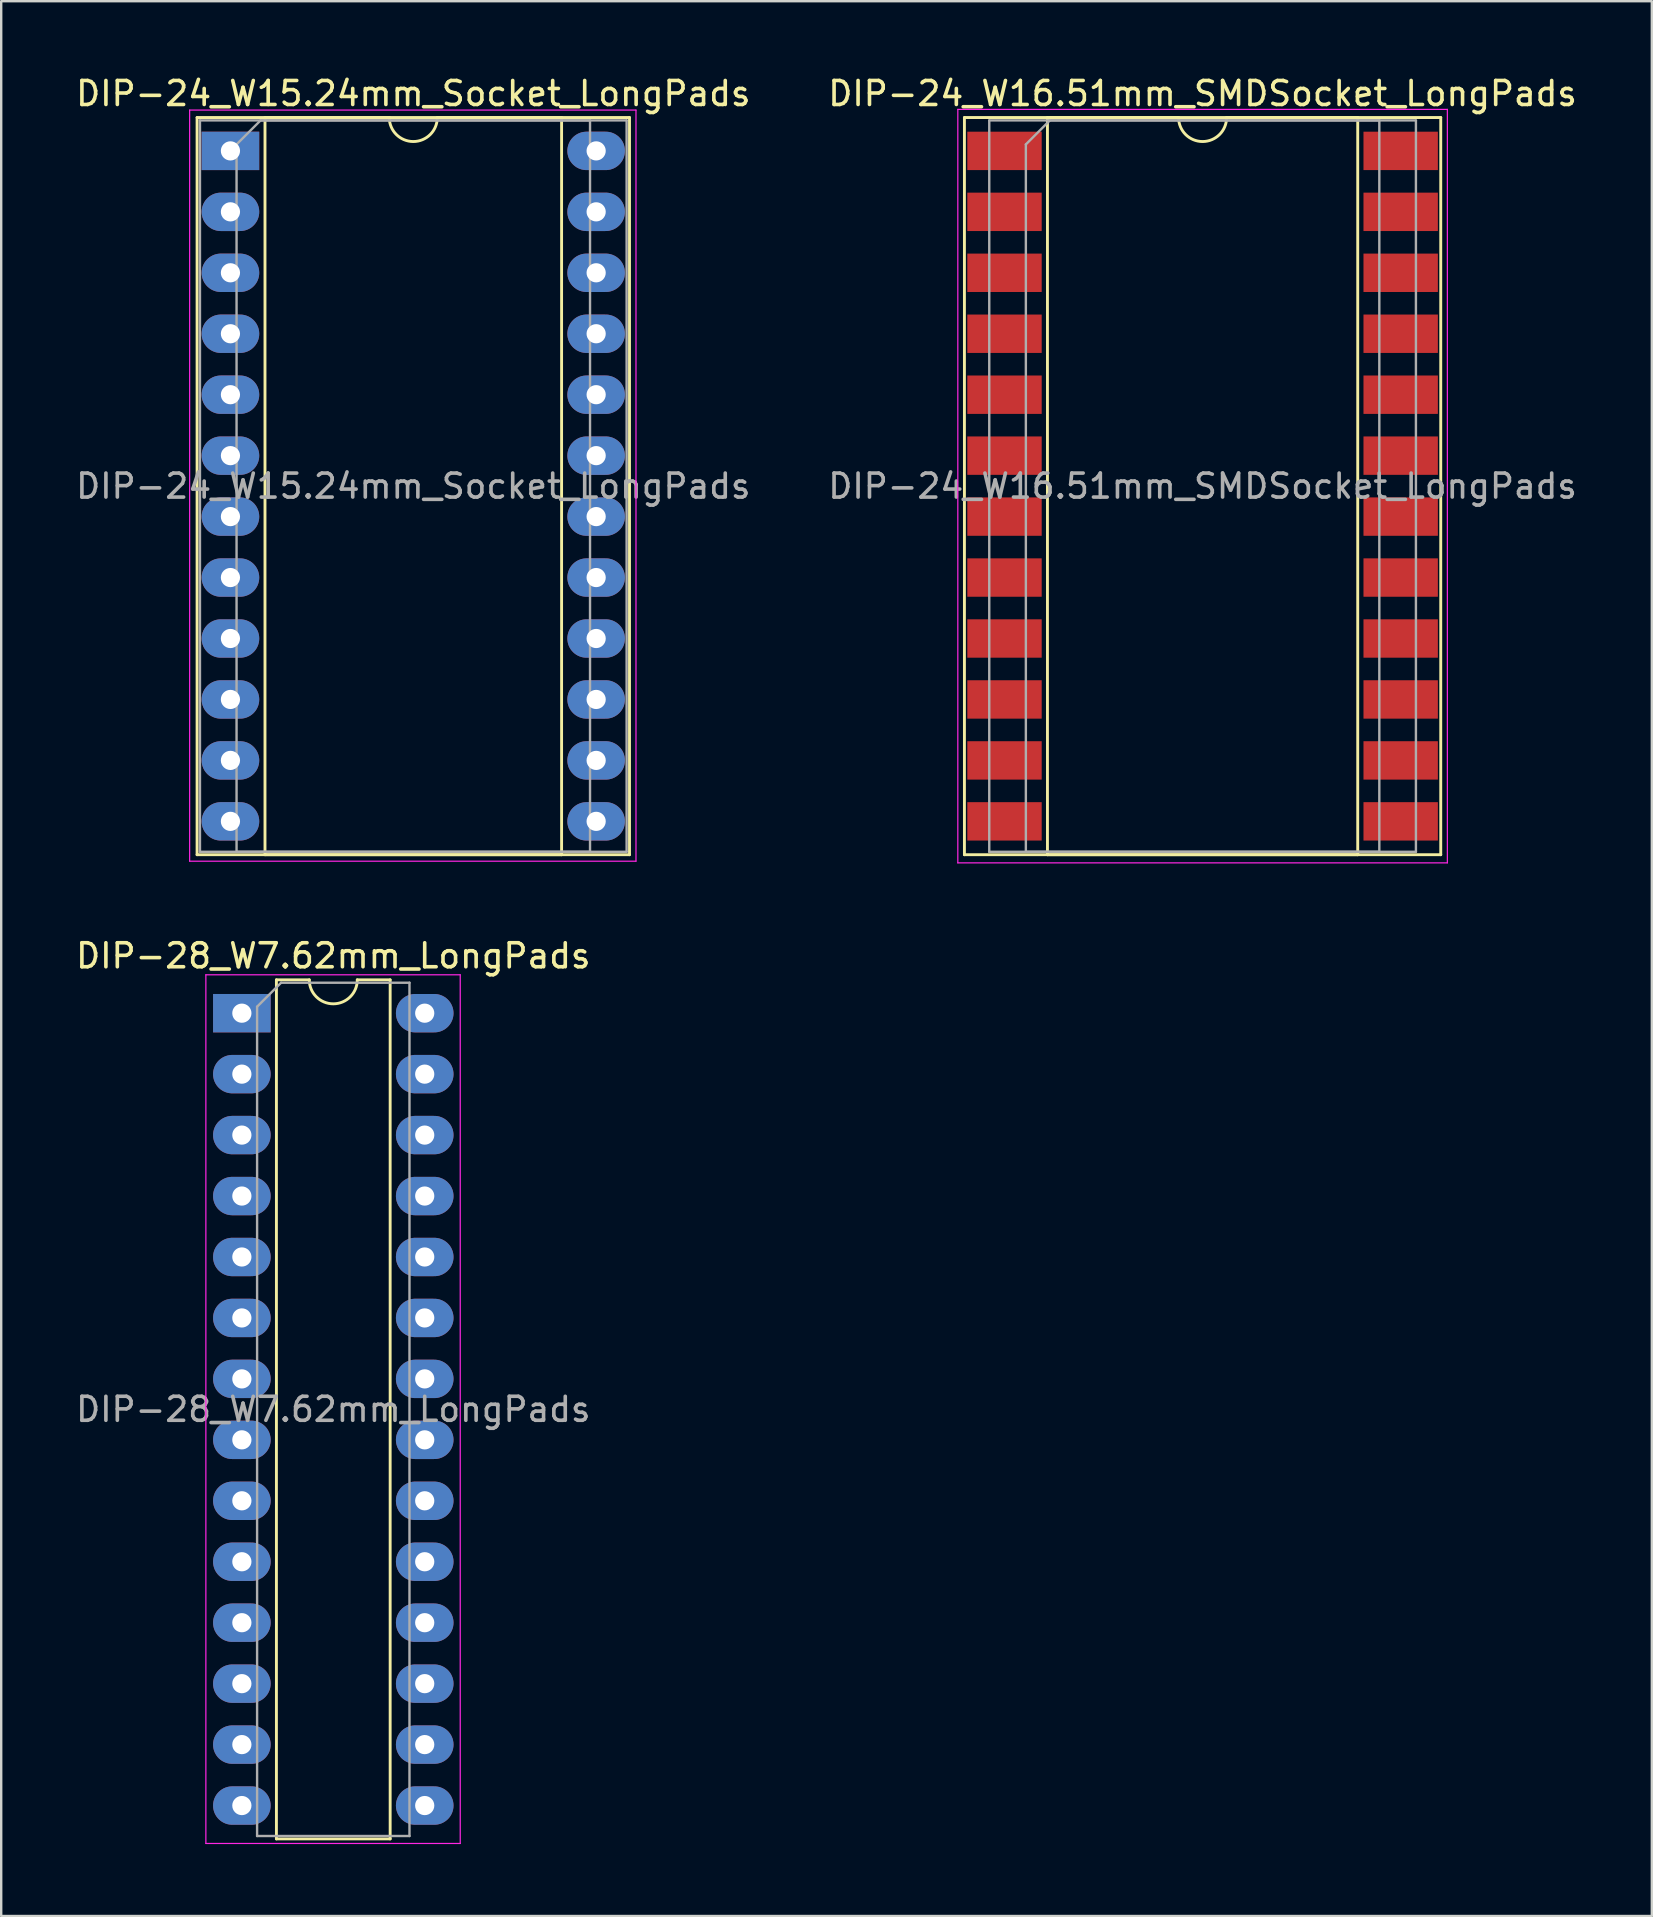
<source format=kicad_pcb>
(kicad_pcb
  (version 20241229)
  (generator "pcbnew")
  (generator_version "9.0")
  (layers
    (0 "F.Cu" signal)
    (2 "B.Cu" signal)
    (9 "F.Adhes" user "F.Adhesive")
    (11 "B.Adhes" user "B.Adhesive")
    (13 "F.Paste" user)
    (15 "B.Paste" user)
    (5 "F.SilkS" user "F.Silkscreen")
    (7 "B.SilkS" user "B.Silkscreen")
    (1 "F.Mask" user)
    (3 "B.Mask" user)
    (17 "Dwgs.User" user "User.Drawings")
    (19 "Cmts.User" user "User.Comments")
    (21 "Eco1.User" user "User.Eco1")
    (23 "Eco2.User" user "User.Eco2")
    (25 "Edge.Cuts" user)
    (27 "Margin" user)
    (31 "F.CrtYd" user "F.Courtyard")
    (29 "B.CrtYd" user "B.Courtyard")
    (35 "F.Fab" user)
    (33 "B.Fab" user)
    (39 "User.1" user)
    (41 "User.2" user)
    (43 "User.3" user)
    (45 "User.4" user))
  (footprint "DIP-28_W7.62mm_LongPads"
    (layer "F.Cu")
    (at 7.029 39.172)
    (property "Reference" "DIP-28_W7.62mm_LongPads" (at 3.81 -2.39 0) (layer "F.SilkS") (effects (font (size 1 1) (thickness 0.15))))
    (attr through_hole)
    (fp_line (start 1.44 -1.39) (end 1.44 34.41) (stroke (width 0.12) (type solid)) (layer "F.SilkS"))
    (fp_line (start 1.44 34.41) (end 6.18 34.41) (stroke (width 0.12) (type solid)) (layer "F.SilkS"))
    (fp_line (start 2.81 -1.39) (end 1.44 -1.39) (stroke (width 0.12) (type solid)) (layer "F.SilkS"))
    (fp_line (start 6.18 -1.39) (end 4.81 -1.39) (stroke (width 0.12) (type solid)) (layer "F.SilkS"))
    (fp_line (start 6.18 34.41) (end 6.18 -1.39) (stroke (width 0.12) (type solid)) (layer "F.SilkS"))
    (fp_arc (start 4.81 -1.39) (mid 3.81 -0.39) (end 2.81 -1.39) (stroke (width 0.12) (type solid)) (layer "F.SilkS"))
    (fp_line (start -1.5 -1.6) (end -1.5 34.6) (stroke (width 0.05) (type solid)) (layer "F.CrtYd"))
    (fp_line (start -1.5 34.6) (end 9.1 34.6) (stroke (width 0.05) (type solid)) (layer "F.CrtYd"))
    (fp_line (start 9.1 -1.6) (end -1.5 -1.6) (stroke (width 0.05) (type solid)) (layer "F.CrtYd"))
    (fp_line (start 9.1 34.6) (end 9.1 -1.6) (stroke (width 0.05) (type solid)) (layer "F.CrtYd"))
    (fp_line (start 0.635 -0.27) (end 1.635 -1.27) (stroke (width 0.1) (type solid)) (layer "F.Fab"))
    (fp_line (start 0.635 34.29) (end 0.635 -0.27) (stroke (width 0.1) (type solid)) (layer "F.Fab"))
    (fp_line (start 1.635 -1.27) (end 6.985 -1.27) (stroke (width 0.1) (type solid)) (layer "F.Fab"))
    (fp_line (start 6.985 -1.27) (end 6.985 34.29) (stroke (width 0.1) (type solid)) (layer "F.Fab"))
    (fp_line (start 6.985 34.29) (end 0.635 34.29) (stroke (width 0.1) (type solid)) (layer "F.Fab"))
    (fp_text user "${REFERENCE}" (at 3.81 16.51 0) (layer "F.Fab") (effects (font (size 1 1) (thickness 0.15))))
    (pad "1" thru_hole rect (at 0 0) (size 2.4 1.6) (drill 0.8) (layers "*.Cu" "*.Mask"))
    (pad "2" thru_hole oval (at 0 2.54) (size 2.4 1.6) (drill 0.8) (layers "*.Cu" "*.Mask"))
    (pad "3" thru_hole oval (at 0 5.08) (size 2.4 1.6) (drill 0.8) (layers "*.Cu" "*.Mask"))
    (pad "4" thru_hole oval (at 0 7.62) (size 2.4 1.6) (drill 0.8) (layers "*.Cu" "*.Mask"))
    (pad "5" thru_hole oval (at 0 10.16) (size 2.4 1.6) (drill 0.8) (layers "*.Cu" "*.Mask"))
    (pad "6" thru_hole oval (at 0 12.7) (size 2.4 1.6) (drill 0.8) (layers "*.Cu" "*.Mask"))
    (pad "7" thru_hole oval (at 0 15.24) (size 2.4 1.6) (drill 0.8) (layers "*.Cu" "*.Mask"))
    (pad "8" thru_hole oval (at 0 17.78) (size 2.4 1.6) (drill 0.8) (layers "*.Cu" "*.Mask"))
    (pad "9" thru_hole oval (at 0 20.32) (size 2.4 1.6) (drill 0.8) (layers "*.Cu" "*.Mask"))
    (pad "10" thru_hole oval (at 0 22.86) (size 2.4 1.6) (drill 0.8) (layers "*.Cu" "*.Mask"))
    (pad "11" thru_hole oval (at 0 25.4) (size 2.4 1.6) (drill 0.8) (layers "*.Cu" "*.Mask"))
    (pad "12" thru_hole oval (at 0 27.94) (size 2.4 1.6) (drill 0.8) (layers "*.Cu" "*.Mask"))
    (pad "13" thru_hole oval (at 0 30.48) (size 2.4 1.6) (drill 0.8) (layers "*.Cu" "*.Mask"))
    (pad "14" thru_hole oval (at 0 33.02) (size 2.4 1.6) (drill 0.8) (layers "*.Cu" "*.Mask"))
    (pad "15" thru_hole oval (at 7.62 33.02) (size 2.4 1.6) (drill 0.8) (layers "*.Cu" "*.Mask"))
    (pad "16" thru_hole oval (at 7.62 30.48) (size 2.4 1.6) (drill 0.8) (layers "*.Cu" "*.Mask"))
    (pad "17" thru_hole oval (at 7.62 27.94) (size 2.4 1.6) (drill 0.8) (layers "*.Cu" "*.Mask"))
    (pad "18" thru_hole oval (at 7.62 25.4) (size 2.4 1.6) (drill 0.8) (layers "*.Cu" "*.Mask"))
    (pad "19" thru_hole oval (at 7.62 22.86) (size 2.4 1.6) (drill 0.8) (layers "*.Cu" "*.Mask"))
    (pad "20" thru_hole oval (at 7.62 20.32) (size 2.4 1.6) (drill 0.8) (layers "*.Cu" "*.Mask"))
    (pad "21" thru_hole oval (at 7.62 17.78) (size 2.4 1.6) (drill 0.8) (layers "*.Cu" "*.Mask"))
    (pad "22" thru_hole oval (at 7.62 15.24) (size 2.4 1.6) (drill 0.8) (layers "*.Cu" "*.Mask"))
    (pad "23" thru_hole oval (at 7.62 12.7) (size 2.4 1.6) (drill 0.8) (layers "*.Cu" "*.Mask"))
    (pad "24" thru_hole oval (at 7.62 10.16) (size 2.4 1.6) (drill 0.8) (layers "*.Cu" "*.Mask"))
    (pad "25" thru_hole oval (at 7.62 7.62) (size 2.4 1.6) (drill 0.8) (layers "*.Cu" "*.Mask"))
    (pad "26" thru_hole oval (at 7.62 5.08) (size 2.4 1.6) (drill 0.8) (layers "*.Cu" "*.Mask"))
    (pad "27" thru_hole oval (at 7.62 2.54) (size 2.4 1.6) (drill 0.8) (layers "*.Cu" "*.Mask"))
    (pad "28" thru_hole oval (at 7.62 0) (size 2.4 1.6) (drill 0.8) (layers "*.Cu" "*.Mask")))
  (footprint "DIP-24_W15.24mm_Socket_LongPads"
    (layer "F.Cu")
    (at 6.553 3.238)
    (property "Reference" "DIP-24_W15.24mm_Socket_LongPads" (at 7.62 -2.39 0) (layer "F.SilkS") (effects (font (size 1 1) (thickness 0.15))))
    (attr through_hole)
    (fp_line (start -1.39 -1.39) (end -1.39 29.33) (stroke (width 0.12) (type solid)) (layer "F.SilkS"))
    (fp_line (start -1.39 29.33) (end 16.63 29.33) (stroke (width 0.12) (type solid)) (layer "F.SilkS"))
    (fp_line (start 1.44 -1.39) (end 1.44 29.33) (stroke (width 0.12) (type solid)) (layer "F.SilkS"))
    (fp_line (start 1.44 29.33) (end 13.8 29.33) (stroke (width 0.12) (type solid)) (layer "F.SilkS"))
    (fp_line (start 6.62 -1.39) (end 1.44 -1.39) (stroke (width 0.12) (type solid)) (layer "F.SilkS"))
    (fp_line (start 13.8 -1.39) (end 8.62 -1.39) (stroke (width 0.12) (type solid)) (layer "F.SilkS"))
    (fp_line (start 13.8 29.33) (end 13.8 -1.39) (stroke (width 0.12) (type solid)) (layer "F.SilkS"))
    (fp_line (start 16.63 -1.39) (end -1.39 -1.39) (stroke (width 0.12) (type solid)) (layer "F.SilkS"))
    (fp_line (start 16.63 29.33) (end 16.63 -1.39) (stroke (width 0.12) (type solid)) (layer "F.SilkS"))
    (fp_arc (start 8.62 -1.39) (mid 7.62 -0.39) (end 6.62 -1.39) (stroke (width 0.12) (type solid)) (layer "F.SilkS"))
    (fp_line (start -1.7 -1.7) (end -1.7 29.6) (stroke (width 0.05) (type solid)) (layer "F.CrtYd"))
    (fp_line (start -1.7 29.6) (end 16.9 29.6) (stroke (width 0.05) (type solid)) (layer "F.CrtYd"))
    (fp_line (start 16.9 -1.7) (end -1.7 -1.7) (stroke (width 0.05) (type solid)) (layer "F.CrtYd"))
    (fp_line (start 16.9 29.6) (end 16.9 -1.7) (stroke (width 0.05) (type solid)) (layer "F.CrtYd"))
    (fp_line (start -1.27 -1.27) (end -1.27 29.21) (stroke (width 0.1) (type solid)) (layer "F.Fab"))
    (fp_line (start -1.27 29.21) (end 16.51 29.21) (stroke (width 0.1) (type solid)) (layer "F.Fab"))
    (fp_line (start 0.255 -0.27) (end 1.255 -1.27) (stroke (width 0.1) (type solid)) (layer "F.Fab"))
    (fp_line (start 0.255 29.21) (end 0.255 -0.27) (stroke (width 0.1) (type solid)) (layer "F.Fab"))
    (fp_line (start 1.255 -1.27) (end 14.985 -1.27) (stroke (width 0.1) (type solid)) (layer "F.Fab"))
    (fp_line (start 14.985 -1.27) (end 14.985 29.21) (stroke (width 0.1) (type solid)) (layer "F.Fab"))
    (fp_line (start 14.985 29.21) (end 0.255 29.21) (stroke (width 0.1) (type solid)) (layer "F.Fab"))
    (fp_line (start 16.51 -1.27) (end -1.27 -1.27) (stroke (width 0.1) (type solid)) (layer "F.Fab"))
    (fp_line (start 16.51 29.21) (end 16.51 -1.27) (stroke (width 0.1) (type solid)) (layer "F.Fab"))
    (fp_text user "${REFERENCE}" (at 7.62 13.97 0) (layer "F.Fab") (effects (font (size 1 1) (thickness 0.15))))
    (pad "1" thru_hole rect (at 0 0) (size 2.4 1.6) (drill 0.8) (layers "*.Cu" "*.Mask"))
    (pad "2" thru_hole oval (at 0 2.54) (size 2.4 1.6) (drill 0.8) (layers "*.Cu" "*.Mask"))
    (pad "3" thru_hole oval (at 0 5.08) (size 2.4 1.6) (drill 0.8) (layers "*.Cu" "*.Mask"))
    (pad "4" thru_hole oval (at 0 7.62) (size 2.4 1.6) (drill 0.8) (layers "*.Cu" "*.Mask"))
    (pad "5" thru_hole oval (at 0 10.16) (size 2.4 1.6) (drill 0.8) (layers "*.Cu" "*.Mask"))
    (pad "6" thru_hole oval (at 0 12.7) (size 2.4 1.6) (drill 0.8) (layers "*.Cu" "*.Mask"))
    (pad "7" thru_hole oval (at 0 15.24) (size 2.4 1.6) (drill 0.8) (layers "*.Cu" "*.Mask"))
    (pad "8" thru_hole oval (at 0 17.78) (size 2.4 1.6) (drill 0.8) (layers "*.Cu" "*.Mask"))
    (pad "9" thru_hole oval (at 0 20.32) (size 2.4 1.6) (drill 0.8) (layers "*.Cu" "*.Mask"))
    (pad "10" thru_hole oval (at 0 22.86) (size 2.4 1.6) (drill 0.8) (layers "*.Cu" "*.Mask"))
    (pad "11" thru_hole oval (at 0 25.4) (size 2.4 1.6) (drill 0.8) (layers "*.Cu" "*.Mask"))
    (pad "12" thru_hole oval (at 0 27.94) (size 2.4 1.6) (drill 0.8) (layers "*.Cu" "*.Mask"))
    (pad "13" thru_hole oval (at 15.24 27.94) (size 2.4 1.6) (drill 0.8) (layers "*.Cu" "*.Mask"))
    (pad "14" thru_hole oval (at 15.24 25.4) (size 2.4 1.6) (drill 0.8) (layers "*.Cu" "*.Mask"))
    (pad "15" thru_hole oval (at 15.24 22.86) (size 2.4 1.6) (drill 0.8) (layers "*.Cu" "*.Mask"))
    (pad "16" thru_hole oval (at 15.24 20.32) (size 2.4 1.6) (drill 0.8) (layers "*.Cu" "*.Mask"))
    (pad "17" thru_hole oval (at 15.24 17.78) (size 2.4 1.6) (drill 0.8) (layers "*.Cu" "*.Mask"))
    (pad "18" thru_hole oval (at 15.24 15.24) (size 2.4 1.6) (drill 0.8) (layers "*.Cu" "*.Mask"))
    (pad "19" thru_hole oval (at 15.24 12.7) (size 2.4 1.6) (drill 0.8) (layers "*.Cu" "*.Mask"))
    (pad "20" thru_hole oval (at 15.24 10.16) (size 2.4 1.6) (drill 0.8) (layers "*.Cu" "*.Mask"))
    (pad "21" thru_hole oval (at 15.24 7.62) (size 2.4 1.6) (drill 0.8) (layers "*.Cu" "*.Mask"))
    (pad "22" thru_hole oval (at 15.24 5.08) (size 2.4 1.6) (drill 0.8) (layers "*.Cu" "*.Mask"))
    (pad "23" thru_hole oval (at 15.24 2.54) (size 2.4 1.6) (drill 0.8) (layers "*.Cu" "*.Mask"))
    (pad "24" thru_hole oval (at 15.24 0) (size 2.4 1.6) (drill 0.8) (layers "*.Cu" "*.Mask")))
  (footprint "DIP-24_W16.51mm_SMDSocket_LongPads"
    (layer "F.Cu")
    (at 47.065 17.208)
    (property "Reference" "DIP-24_W16.51mm_SMDSocket_LongPads" (at 0 -16.36 0) (layer "F.SilkS") (effects (font (size 1 1) (thickness 0.15))))
    (attr smd)
    (fp_line (start -9.925 -15.36) (end -9.925 15.36) (stroke (width 0.12) (type solid)) (layer "F.SilkS"))
    (fp_line (start -9.925 15.36) (end 9.925 15.36) (stroke (width 0.12) (type solid)) (layer "F.SilkS"))
    (fp_line (start -6.465 -15.36) (end -6.465 15.36) (stroke (width 0.12) (type solid)) (layer "F.SilkS"))
    (fp_line (start -6.465 15.36) (end 6.465 15.36) (stroke (width 0.12) (type solid)) (layer "F.SilkS"))
    (fp_line (start -1 -15.36) (end -6.465 -15.36) (stroke (width 0.12) (type solid)) (layer "F.SilkS"))
    (fp_line (start 6.465 -15.36) (end 1 -15.36) (stroke (width 0.12) (type solid)) (layer "F.SilkS"))
    (fp_line (start 6.465 15.36) (end 6.465 -15.36) (stroke (width 0.12) (type solid)) (layer "F.SilkS"))
    (fp_line (start 9.925 -15.36) (end -9.925 -15.36) (stroke (width 0.12) (type solid)) (layer "F.SilkS"))
    (fp_line (start 9.925 15.36) (end 9.925 -15.36) (stroke (width 0.12) (type solid)) (layer "F.SilkS"))
    (fp_arc (start 1 -15.36) (mid 0 -14.36) (end -1 -15.36) (stroke (width 0.12) (type solid)) (layer "F.SilkS"))
    (fp_line (start -10.2 -15.7) (end -10.2 15.7) (stroke (width 0.05) (type solid)) (layer "F.CrtYd"))
    (fp_line (start -10.2 15.7) (end 10.2 15.7) (stroke (width 0.05) (type solid)) (layer "F.CrtYd"))
    (fp_line (start 10.2 -15.7) (end -10.2 -15.7) (stroke (width 0.05) (type solid)) (layer "F.CrtYd"))
    (fp_line (start 10.2 15.7) (end 10.2 -15.7) (stroke (width 0.05) (type solid)) (layer "F.CrtYd"))
    (fp_line (start -8.89 -15.24) (end -8.89 15.24) (stroke (width 0.1) (type solid)) (layer "F.Fab"))
    (fp_line (start -8.89 15.24) (end 8.89 15.24) (stroke (width 0.1) (type solid)) (layer "F.Fab"))
    (fp_line (start -7.365 -14.24) (end -6.365 -15.24) (stroke (width 0.1) (type solid)) (layer "F.Fab"))
    (fp_line (start -7.365 15.24) (end -7.365 -14.24) (stroke (width 0.1) (type solid)) (layer "F.Fab"))
    (fp_line (start -6.365 -15.24) (end 7.365 -15.24) (stroke (width 0.1) (type solid)) (layer "F.Fab"))
    (fp_line (start 7.365 -15.24) (end 7.365 15.24) (stroke (width 0.1) (type solid)) (layer "F.Fab"))
    (fp_line (start 7.365 15.24) (end -7.365 15.24) (stroke (width 0.1) (type solid)) (layer "F.Fab"))
    (fp_line (start 8.89 -15.24) (end -8.89 -15.24) (stroke (width 0.1) (type solid)) (layer "F.Fab"))
    (fp_line (start 8.89 15.24) (end 8.89 -15.24) (stroke (width 0.1) (type solid)) (layer "F.Fab"))
    (fp_text user "${REFERENCE}" (at 0 0 0) (layer "F.Fab") (effects (font (size 1 1) (thickness 0.15))))
    (pad "1" smd rect (at -8.255 -13.97) (size 3.1 1.6) (layers "F.Cu" "F.Mask" "F.Paste"))
    (pad "2" smd rect (at -8.255 -11.43) (size 3.1 1.6) (layers "F.Cu" "F.Mask" "F.Paste"))
    (pad "3" smd rect (at -8.255 -8.89) (size 3.1 1.6) (layers "F.Cu" "F.Mask" "F.Paste"))
    (pad "4" smd rect (at -8.255 -6.35) (size 3.1 1.6) (layers "F.Cu" "F.Mask" "F.Paste"))
    (pad "5" smd rect (at -8.255 -3.81) (size 3.1 1.6) (layers "F.Cu" "F.Mask" "F.Paste"))
    (pad "6" smd rect (at -8.255 -1.27) (size 3.1 1.6) (layers "F.Cu" "F.Mask" "F.Paste"))
    (pad "7" smd rect (at -8.255 1.27) (size 3.1 1.6) (layers "F.Cu" "F.Mask" "F.Paste"))
    (pad "8" smd rect (at -8.255 3.81) (size 3.1 1.6) (layers "F.Cu" "F.Mask" "F.Paste"))
    (pad "9" smd rect (at -8.255 6.35) (size 3.1 1.6) (layers "F.Cu" "F.Mask" "F.Paste"))
    (pad "10" smd rect (at -8.255 8.89) (size 3.1 1.6) (layers "F.Cu" "F.Mask" "F.Paste"))
    (pad "11" smd rect (at -8.255 11.43) (size 3.1 1.6) (layers "F.Cu" "F.Mask" "F.Paste"))
    (pad "12" smd rect (at -8.255 13.97) (size 3.1 1.6) (layers "F.Cu" "F.Mask" "F.Paste"))
    (pad "13" smd rect (at 8.255 13.97) (size 3.1 1.6) (layers "F.Cu" "F.Mask" "F.Paste"))
    (pad "14" smd rect (at 8.255 11.43) (size 3.1 1.6) (layers "F.Cu" "F.Mask" "F.Paste"))
    (pad "15" smd rect (at 8.255 8.89) (size 3.1 1.6) (layers "F.Cu" "F.Mask" "F.Paste"))
    (pad "16" smd rect (at 8.255 6.35) (size 3.1 1.6) (layers "F.Cu" "F.Mask" "F.Paste"))
    (pad "17" smd rect (at 8.255 3.81) (size 3.1 1.6) (layers "F.Cu" "F.Mask" "F.Paste"))
    (pad "18" smd rect (at 8.255 1.27) (size 3.1 1.6) (layers "F.Cu" "F.Mask" "F.Paste"))
    (pad "19" smd rect (at 8.255 -1.27) (size 3.1 1.6) (layers "F.Cu" "F.Mask" "F.Paste"))
    (pad "20" smd rect (at 8.255 -3.81) (size 3.1 1.6) (layers "F.Cu" "F.Mask" "F.Paste"))
    (pad "21" smd rect (at 8.255 -6.35) (size 3.1 1.6) (layers "F.Cu" "F.Mask" "F.Paste"))
    (pad "22" smd rect (at 8.255 -8.89) (size 3.1 1.6) (layers "F.Cu" "F.Mask" "F.Paste"))
    (pad "23" smd rect (at 8.255 -11.43) (size 3.1 1.6) (layers "F.Cu" "F.Mask" "F.Paste"))
    (pad "24" smd rect (at 8.255 -13.97) (size 3.1 1.6) (layers "F.Cu" "F.Mask" "F.Paste")))
  (gr_rect
    (start -3 -3)
    (end 65.786 76.796)
    (stroke (width 0.1) (type default))
    (fill no)
    (layer "Edge.Cuts")))
</source>
